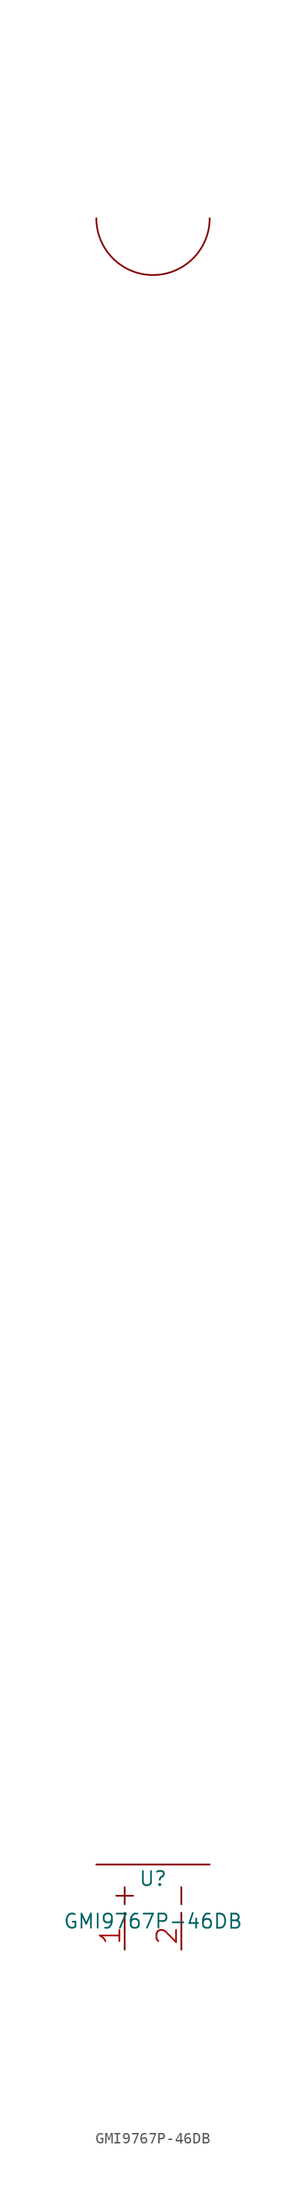
<source format=kicad_sym>
(kicad_symbol_lib
  (version 20210201)
  (generator TousstNicolas/JLC2KiCad_lib)
  (symbol "GMI9767P-46DB"
    (pin_names hide)
    (property "Reference" "U"
      (at 0 1.27 0)
      (effects (font (size 1.27 1.27))))
    (property "Value" "GMI9767P-46DB"
      (at 0 -2.54 0)
      (effects (font (size 1.27 1.27))))
    (symbol "GMI9767P-46DB_0_1"
      (pin unspecified line (at -2.54 -5.08 90) (length 2.54) (name "1" (effects (font (size 1.753 1.753)))) (number "1" (effects (font (size 1.753 1.753)))))
      (pin unspecified line (at 2.54 -5.08 90) (length 2.54) (name "2" (effects (font (size 1.753 1.753)))) (number "2" (effects (font (size 1.753 1.753)))))
      (polyline (pts (xy 2.54 -1.778) (xy 2.54 -2.54)) (stroke (width 0) (type default) (color 0 0 0 0)) (fill (type none)))
      (polyline (pts (xy -2.54 -1.778) (xy -2.54 -2.54)) (stroke (width 0) (type default) (color 0 0 0 0)) (fill (type none)))
      (arc (start 5.08001016002032 149.86029972059944) (mid 0.0 144.78028956057912) (end -5.08001016002032 149.86029972059944) (stroke (width 0) (type default) (color 0 0 0 0)) (fill (type none)))
      (polyline (pts (xy 5.08 2.54) (xy -5.08 2.54)) (stroke (width 0) (type default) (color 0 0 0 0)) (fill (type none)))
      (polyline (pts (xy -2.54 -1.016) (xy -2.54 0.508)) (stroke (width 0) (type default) (color 0 0 0 0)) (fill (type none)))
      (polyline (pts (xy -3.302 -0.254) (xy -1.778 -0.254)) (stroke (width 0) (type default) (color 0 0 0 0)) (fill (type none)))
      (polyline (pts (xy 2.54 -1.016) (xy 2.54 0.508)) (stroke (width 0) (type default) (color 0 0 0 0)) (fill (type none))))))
</source>
